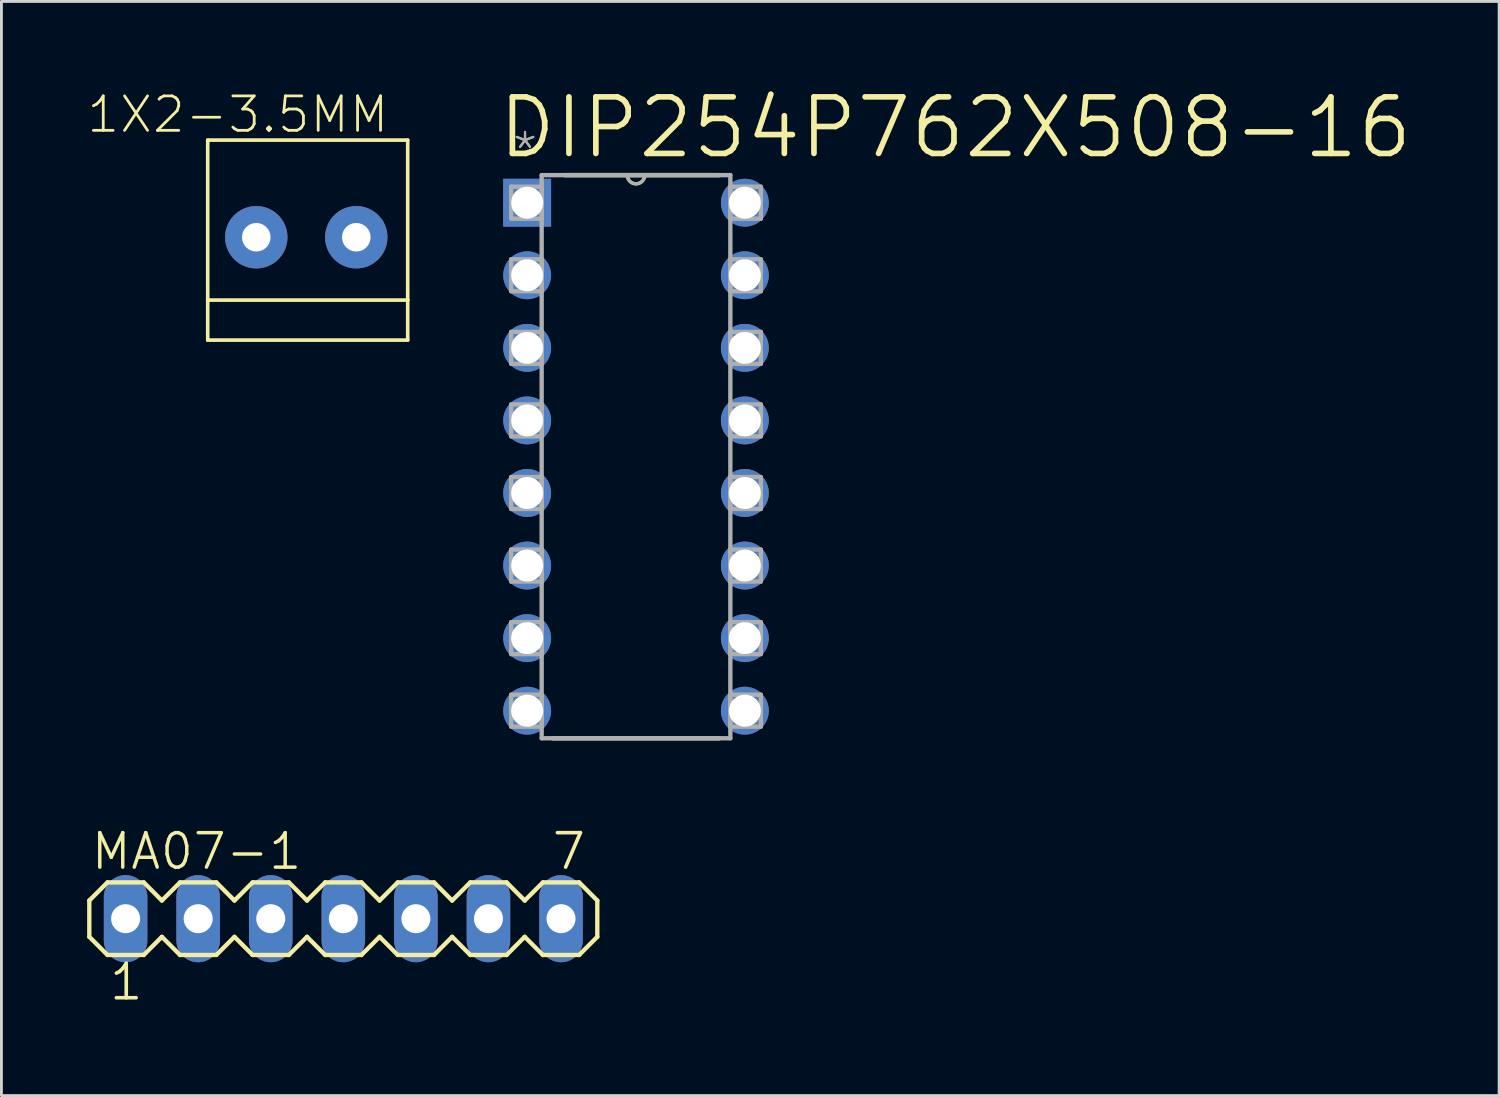
<source format=kicad_pcb>
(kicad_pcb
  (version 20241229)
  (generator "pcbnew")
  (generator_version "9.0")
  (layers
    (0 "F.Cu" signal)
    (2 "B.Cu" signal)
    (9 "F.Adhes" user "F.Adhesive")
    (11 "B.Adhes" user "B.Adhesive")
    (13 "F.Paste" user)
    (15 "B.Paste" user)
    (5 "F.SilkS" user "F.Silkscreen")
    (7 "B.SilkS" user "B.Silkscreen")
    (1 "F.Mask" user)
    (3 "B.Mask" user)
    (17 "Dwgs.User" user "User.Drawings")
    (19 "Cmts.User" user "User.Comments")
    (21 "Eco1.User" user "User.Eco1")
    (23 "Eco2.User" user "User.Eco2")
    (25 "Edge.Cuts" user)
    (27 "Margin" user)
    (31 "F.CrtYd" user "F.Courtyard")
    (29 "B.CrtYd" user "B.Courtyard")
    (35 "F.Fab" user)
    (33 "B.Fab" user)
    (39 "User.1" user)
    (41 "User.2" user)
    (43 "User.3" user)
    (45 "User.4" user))
  (footprint "MA07-1"
    (layer "F.Cu")
    (at 8.966 29.105)
    (property "Reference" "MA07-1" (at -8.89 -1.651 0) (layer "F.SilkS") (effects (font (size 1.206 1.206) (thickness 0.121)) (justify left bottom)))
    (attr through_hole)
    (fp_line (start -8.89 -0.635) (end -8.89 0.635) (stroke (width 0.152) (type solid)) (layer "F.SilkS"))
    (fp_line (start -8.89 0.635) (end -8.255 1.27) (stroke (width 0.152) (type solid)) (layer "F.SilkS"))
    (fp_line (start -8.255 -1.27) (end -8.89 -0.635) (stroke (width 0.152) (type solid)) (layer "F.SilkS"))
    (fp_line (start -8.255 -1.27) (end -6.985 -1.27) (stroke (width 0.152) (type solid)) (layer "F.SilkS"))
    (fp_line (start -6.985 -1.27) (end -6.35 -0.635) (stroke (width 0.152) (type solid)) (layer "F.SilkS"))
    (fp_line (start -6.985 1.27) (end -8.255 1.27) (stroke (width 0.152) (type solid)) (layer "F.SilkS"))
    (fp_line (start -6.35 -0.635) (end -5.715 -1.27) (stroke (width 0.152) (type solid)) (layer "F.SilkS"))
    (fp_line (start -6.35 0.635) (end -6.985 1.27) (stroke (width 0.152) (type solid)) (layer "F.SilkS"))
    (fp_line (start -5.715 -1.27) (end -4.445 -1.27) (stroke (width 0.152) (type solid)) (layer "F.SilkS"))
    (fp_line (start -5.715 1.27) (end -6.35 0.635) (stroke (width 0.152) (type solid)) (layer "F.SilkS"))
    (fp_line (start -4.445 -1.27) (end -3.81 -0.635) (stroke (width 0.152) (type solid)) (layer "F.SilkS"))
    (fp_line (start -4.445 1.27) (end -5.715 1.27) (stroke (width 0.152) (type solid)) (layer "F.SilkS"))
    (fp_line (start -3.81 -0.635) (end -3.175 -1.27) (stroke (width 0.152) (type solid)) (layer "F.SilkS"))
    (fp_line (start -3.81 0.635) (end -4.445 1.27) (stroke (width 0.152) (type solid)) (layer "F.SilkS"))
    (fp_line (start -3.175 -1.27) (end -1.905 -1.27) (stroke (width 0.152) (type solid)) (layer "F.SilkS"))
    (fp_line (start -3.175 1.27) (end -3.81 0.635) (stroke (width 0.152) (type solid)) (layer "F.SilkS"))
    (fp_line (start -1.905 -1.27) (end -1.27 -0.635) (stroke (width 0.152) (type solid)) (layer "F.SilkS"))
    (fp_line (start -1.905 1.27) (end -3.175 1.27) (stroke (width 0.152) (type solid)) (layer "F.SilkS"))
    (fp_line (start -1.27 0.635) (end -1.905 1.27) (stroke (width 0.152) (type solid)) (layer "F.SilkS"))
    (fp_line (start -1.27 0.635) (end -0.635 1.27) (stroke (width 0.152) (type solid)) (layer "F.SilkS"))
    (fp_line (start -0.635 -1.27) (end -1.27 -0.635) (stroke (width 0.152) (type solid)) (layer "F.SilkS"))
    (fp_line (start -0.635 -1.27) (end 0.635 -1.27) (stroke (width 0.152) (type solid)) (layer "F.SilkS"))
    (fp_line (start 0.635 -1.27) (end 1.27 -0.635) (stroke (width 0.152) (type solid)) (layer "F.SilkS"))
    (fp_line (start 0.635 1.27) (end -0.635 1.27) (stroke (width 0.152) (type solid)) (layer "F.SilkS"))
    (fp_line (start 1.27 -0.635) (end 1.905 -1.27) (stroke (width 0.152) (type solid)) (layer "F.SilkS"))
    (fp_line (start 1.27 0.635) (end 0.635 1.27) (stroke (width 0.152) (type solid)) (layer "F.SilkS"))
    (fp_line (start 1.905 -1.27) (end 3.175 -1.27) (stroke (width 0.152) (type solid)) (layer "F.SilkS"))
    (fp_line (start 1.905 1.27) (end 1.27 0.635) (stroke (width 0.152) (type solid)) (layer "F.SilkS"))
    (fp_line (start 3.175 -1.27) (end 3.81 -0.635) (stroke (width 0.152) (type solid)) (layer "F.SilkS"))
    (fp_line (start 3.175 1.27) (end 1.905 1.27) (stroke (width 0.152) (type solid)) (layer "F.SilkS"))
    (fp_line (start 3.81 -0.635) (end 4.445 -1.27) (stroke (width 0.152) (type solid)) (layer "F.SilkS"))
    (fp_line (start 3.81 0.635) (end 3.175 1.27) (stroke (width 0.152) (type solid)) (layer "F.SilkS"))
    (fp_line (start 4.445 -1.27) (end 5.715 -1.27) (stroke (width 0.152) (type solid)) (layer "F.SilkS"))
    (fp_line (start 4.445 1.27) (end 3.81 0.635) (stroke (width 0.152) (type solid)) (layer "F.SilkS"))
    (fp_line (start 5.715 -1.27) (end 6.35 -0.635) (stroke (width 0.152) (type solid)) (layer "F.SilkS"))
    (fp_line (start 5.715 1.27) (end 4.445 1.27) (stroke (width 0.152) (type solid)) (layer "F.SilkS"))
    (fp_line (start 6.35 0.635) (end 5.715 1.27) (stroke (width 0.152) (type solid)) (layer "F.SilkS"))
    (fp_line (start 6.35 0.635) (end 6.985 1.27) (stroke (width 0.152) (type solid)) (layer "F.SilkS"))
    (fp_line (start 6.985 -1.27) (end 6.35 -0.635) (stroke (width 0.152) (type solid)) (layer "F.SilkS"))
    (fp_line (start 6.985 -1.27) (end 8.255 -1.27) (stroke (width 0.152) (type solid)) (layer "F.SilkS"))
    (fp_line (start 8.255 -1.27) (end 8.89 -0.635) (stroke (width 0.152) (type solid)) (layer "F.SilkS"))
    (fp_line (start 8.255 1.27) (end 6.985 1.27) (stroke (width 0.152) (type solid)) (layer "F.SilkS"))
    (fp_line (start 8.89 -0.635) (end 8.89 0.635) (stroke (width 0.152) (type solid)) (layer "F.SilkS"))
    (fp_line (start 8.89 0.635) (end 8.255 1.27) (stroke (width 0.152) (type solid)) (layer "F.SilkS"))
    (fp_poly (pts (xy -7.874 0.254) (xy -7.366 0.254) (xy -7.366 -0.254) (xy -7.874 -0.254)) (stroke (width 0.1) (type solid)) (fill no) (layer "F.Fab"))
    (fp_poly (pts (xy -5.334 0.254) (xy -4.826 0.254) (xy -4.826 -0.254) (xy -5.334 -0.254)) (stroke (width 0.1) (type solid)) (fill no) (layer "F.Fab"))
    (fp_poly (pts (xy -2.794 0.254) (xy -2.286 0.254) (xy -2.286 -0.254) (xy -2.794 -0.254)) (stroke (width 0.1) (type solid)) (fill no) (layer "F.Fab"))
    (fp_poly (pts (xy -0.254 0.254) (xy 0.254 0.254) (xy 0.254 -0.254) (xy -0.254 -0.254)) (stroke (width 0.1) (type solid)) (fill no) (layer "F.Fab"))
    (fp_poly (pts (xy 2.286 0.254) (xy 2.794 0.254) (xy 2.794 -0.254) (xy 2.286 -0.254)) (stroke (width 0.1) (type solid)) (fill no) (layer "F.Fab"))
    (fp_poly (pts (xy 4.826 0.254) (xy 5.334 0.254) (xy 5.334 -0.254) (xy 4.826 -0.254)) (stroke (width 0.1) (type solid)) (fill no) (layer "F.Fab"))
    (fp_poly (pts (xy 7.366 0.254) (xy 7.874 0.254) (xy 7.874 -0.254) (xy 7.366 -0.254)) (stroke (width 0.1) (type solid)) (fill no) (layer "F.Fab"))
    (fp_text user "7" (at 7.239 -1.651 0) (layer "F.SilkS") (effects (font (size 1.206 1.206) (thickness 0.127)) (justify left bottom)))
    (fp_text user "1" (at -8.255 2.921 0) (layer "F.SilkS") (effects (font (size 1.206 1.206) (thickness 0.127)) (justify left bottom)))
    (pad "1" thru_hole oval (at -7.62 0 90) (size 3.048 1.524) (drill 1.016) (layers "*.Cu" "*.Mask"))
    (pad "2" thru_hole oval (at -5.08 0 90) (size 3.048 1.524) (drill 1.016) (layers "*.Cu" "*.Mask"))
    (pad "3" thru_hole oval (at -2.54 0 90) (size 3.048 1.524) (drill 1.016) (layers "*.Cu" "*.Mask"))
    (pad "4" thru_hole oval (at 0 0 90) (size 3.048 1.524) (drill 1.016) (layers "*.Cu" "*.Mask"))
    (pad "5" thru_hole oval (at 2.54 0 90) (size 3.048 1.524) (drill 1.016) (layers "*.Cu" "*.Mask"))
    (pad "6" thru_hole oval (at 5.08 0 90) (size 3.048 1.524) (drill 1.016) (layers "*.Cu" "*.Mask"))
    (pad "7" thru_hole oval (at 7.62 0 90) (size 3.048 1.524) (drill 1.016) (layers "*.Cu" "*.Mask")))
  (footprint "DIP254P762X508-16"
    (layer "F.Cu")
    (at 23.021 21.825)
    (property "Reference" "DIP254P762X508-16" (at -8.738 -19.253 0) (layer "F.SilkS") (effects (font (size 1.979 1.979) (thickness 0.198)) (justify left bottom)))
    (attr through_hole)
    (fp_line (start -6.731 0.965) (end -0.889 0.965) (stroke (width 0.152) (type solid)) (layer "F.SilkS"))
    (fp_line (start -4.115 -18.745) (end -6.299 -18.745) (stroke (width 0.152) (type solid)) (layer "F.SilkS"))
    (fp_line (start -3.505 -18.745) (end -4.115 -18.745) (stroke (width 0.152) (type solid)) (layer "F.SilkS"))
    (fp_line (start -0.889 -18.745) (end -3.505 -18.745) (stroke (width 0.152) (type solid)) (layer "F.SilkS"))
    (fp_arc (start -3.5052 -18.7452) (mid -3.81 -18.4404) (end -4.1148 -18.7452) (stroke (width 0.12) (type solid)) (layer "F.SilkS"))
    (fp_line (start -8.179 -18.339) (end -8.179 -17.221) (stroke (width 0.152) (type solid)) (layer "F.Fab"))
    (fp_line (start -8.179 -17.221) (end -7.112 -17.221) (stroke (width 0.152) (type solid)) (layer "F.Fab"))
    (fp_line (start -8.179 -15.799) (end -8.179 -14.681) (stroke (width 0.152) (type solid)) (layer "F.Fab"))
    (fp_line (start -8.179 -14.681) (end -7.112 -14.681) (stroke (width 0.152) (type solid)) (layer "F.Fab"))
    (fp_line (start -8.179 -13.259) (end -8.179 -12.141) (stroke (width 0.152) (type solid)) (layer "F.Fab"))
    (fp_line (start -8.179 -12.141) (end -7.112 -12.141) (stroke (width 0.152) (type solid)) (layer "F.Fab"))
    (fp_line (start -8.179 -10.719) (end -8.179 -9.601) (stroke (width 0.152) (type solid)) (layer "F.Fab"))
    (fp_line (start -8.179 -9.601) (end -7.112 -9.601) (stroke (width 0.152) (type solid)) (layer "F.Fab"))
    (fp_line (start -8.179 -8.179) (end -8.179 -7.061) (stroke (width 0.152) (type solid)) (layer "F.Fab"))
    (fp_line (start -8.179 -7.061) (end -7.112 -7.061) (stroke (width 0.152) (type solid)) (layer "F.Fab"))
    (fp_line (start -8.179 -5.639) (end -8.179 -4.521) (stroke (width 0.152) (type solid)) (layer "F.Fab"))
    (fp_line (start -8.179 -4.521) (end -7.112 -4.521) (stroke (width 0.152) (type solid)) (layer "F.Fab"))
    (fp_line (start -8.179 -3.099) (end -8.179 -1.981) (stroke (width 0.152) (type solid)) (layer "F.Fab"))
    (fp_line (start -8.179 -1.981) (end -7.112 -1.981) (stroke (width 0.152) (type solid)) (layer "F.Fab"))
    (fp_line (start -8.179 -0.559) (end -8.179 0.559) (stroke (width 0.152) (type solid)) (layer "F.Fab"))
    (fp_line (start -8.179 0.559) (end -7.112 0.559) (stroke (width 0.152) (type solid)) (layer "F.Fab"))
    (fp_line (start -7.112 -18.745) (end -7.112 0.965) (stroke (width 0.152) (type solid)) (layer "F.Fab"))
    (fp_line (start -7.112 -18.339) (end -8.179 -18.339) (stroke (width 0.152) (type solid)) (layer "F.Fab"))
    (fp_line (start -7.112 -17.221) (end -7.112 -18.339) (stroke (width 0.152) (type solid)) (layer "F.Fab"))
    (fp_line (start -7.112 -15.799) (end -8.179 -15.799) (stroke (width 0.152) (type solid)) (layer "F.Fab"))
    (fp_line (start -7.112 -14.681) (end -7.112 -15.799) (stroke (width 0.152) (type solid)) (layer "F.Fab"))
    (fp_line (start -7.112 -13.259) (end -8.179 -13.259) (stroke (width 0.152) (type solid)) (layer "F.Fab"))
    (fp_line (start -7.112 -12.141) (end -7.112 -13.259) (stroke (width 0.152) (type solid)) (layer "F.Fab"))
    (fp_line (start -7.112 -10.719) (end -8.179 -10.719) (stroke (width 0.152) (type solid)) (layer "F.Fab"))
    (fp_line (start -7.112 -9.601) (end -7.112 -10.719) (stroke (width 0.152) (type solid)) (layer "F.Fab"))
    (fp_line (start -7.112 -8.179) (end -8.179 -8.179) (stroke (width 0.152) (type solid)) (layer "F.Fab"))
    (fp_line (start -7.112 -7.061) (end -7.112 -8.179) (stroke (width 0.152) (type solid)) (layer "F.Fab"))
    (fp_line (start -7.112 -5.639) (end -8.179 -5.639) (stroke (width 0.152) (type solid)) (layer "F.Fab"))
    (fp_line (start -7.112 -4.521) (end -7.112 -5.639) (stroke (width 0.152) (type solid)) (layer "F.Fab"))
    (fp_line (start -7.112 -3.099) (end -8.179 -3.099) (stroke (width 0.152) (type solid)) (layer "F.Fab"))
    (fp_line (start -7.112 -1.981) (end -7.112 -3.099) (stroke (width 0.152) (type solid)) (layer "F.Fab"))
    (fp_line (start -7.112 -0.559) (end -8.179 -0.559) (stroke (width 0.152) (type solid)) (layer "F.Fab"))
    (fp_line (start -7.112 0.559) (end -7.112 -0.559) (stroke (width 0.152) (type solid)) (layer "F.Fab"))
    (fp_line (start -7.112 0.965) (end -0.508 0.965) (stroke (width 0.152) (type solid)) (layer "F.Fab"))
    (fp_line (start -4.115 -18.745) (end -7.112 -18.745) (stroke (width 0.152) (type solid)) (layer "F.Fab"))
    (fp_line (start -3.505 -18.745) (end -4.115 -18.745) (stroke (width 0.152) (type solid)) (layer "F.Fab"))
    (fp_line (start -0.508 -18.745) (end -3.505 -18.745) (stroke (width 0.152) (type solid)) (layer "F.Fab"))
    (fp_line (start -0.508 -18.339) (end -0.508 -17.221) (stroke (width 0.152) (type solid)) (layer "F.Fab"))
    (fp_line (start -0.508 -17.221) (end 0.559 -17.221) (stroke (width 0.152) (type solid)) (layer "F.Fab"))
    (fp_line (start -0.508 -15.799) (end -0.508 -14.681) (stroke (width 0.152) (type solid)) (layer "F.Fab"))
    (fp_line (start -0.508 -14.681) (end 0.559 -14.681) (stroke (width 0.152) (type solid)) (layer "F.Fab"))
    (fp_line (start -0.508 -13.259) (end -0.508 -12.141) (stroke (width 0.152) (type solid)) (layer "F.Fab"))
    (fp_line (start -0.508 -12.141) (end 0.559 -12.141) (stroke (width 0.152) (type solid)) (layer "F.Fab"))
    (fp_line (start -0.508 -10.719) (end -0.508 -9.601) (stroke (width 0.152) (type solid)) (layer "F.Fab"))
    (fp_line (start -0.508 -9.601) (end 0.559 -9.601) (stroke (width 0.152) (type solid)) (layer "F.Fab"))
    (fp_line (start -0.508 -8.179) (end -0.508 -7.061) (stroke (width 0.152) (type solid)) (layer "F.Fab"))
    (fp_line (start -0.508 -7.061) (end 0.559 -7.061) (stroke (width 0.152) (type solid)) (layer "F.Fab"))
    (fp_line (start -0.508 -5.639) (end -0.508 -4.521) (stroke (width 0.152) (type solid)) (layer "F.Fab"))
    (fp_line (start -0.508 -4.521) (end 0.559 -4.521) (stroke (width 0.152) (type solid)) (layer "F.Fab"))
    (fp_line (start -0.508 -3.099) (end -0.508 -1.981) (stroke (width 0.152) (type solid)) (layer "F.Fab"))
    (fp_line (start -0.508 -1.981) (end 0.559 -1.981) (stroke (width 0.152) (type solid)) (layer "F.Fab"))
    (fp_line (start -0.508 -0.559) (end -0.508 0.559) (stroke (width 0.152) (type solid)) (layer "F.Fab"))
    (fp_line (start -0.508 0.559) (end 0.559 0.559) (stroke (width 0.152) (type solid)) (layer "F.Fab"))
    (fp_line (start -0.508 0.965) (end -0.508 -18.745) (stroke (width 0.152) (type solid)) (layer "F.Fab"))
    (fp_line (start 0.559 -18.339) (end -0.508 -18.339) (stroke (width 0.152) (type solid)) (layer "F.Fab"))
    (fp_line (start 0.559 -17.221) (end 0.559 -18.339) (stroke (width 0.152) (type solid)) (layer "F.Fab"))
    (fp_line (start 0.559 -15.799) (end -0.508 -15.799) (stroke (width 0.152) (type solid)) (layer "F.Fab"))
    (fp_line (start 0.559 -14.681) (end 0.559 -15.799) (stroke (width 0.152) (type solid)) (layer "F.Fab"))
    (fp_line (start 0.559 -13.259) (end -0.508 -13.259) (stroke (width 0.152) (type solid)) (layer "F.Fab"))
    (fp_line (start 0.559 -12.141) (end 0.559 -13.259) (stroke (width 0.152) (type solid)) (layer "F.Fab"))
    (fp_line (start 0.559 -10.719) (end -0.508 -10.719) (stroke (width 0.152) (type solid)) (layer "F.Fab"))
    (fp_line (start 0.559 -9.601) (end 0.559 -10.719) (stroke (width 0.152) (type solid)) (layer "F.Fab"))
    (fp_line (start 0.559 -8.179) (end -0.508 -8.179) (stroke (width 0.152) (type solid)) (layer "F.Fab"))
    (fp_line (start 0.559 -7.061) (end 0.559 -8.179) (stroke (width 0.152) (type solid)) (layer "F.Fab"))
    (fp_line (start 0.559 -5.639) (end -0.508 -5.639) (stroke (width 0.152) (type solid)) (layer "F.Fab"))
    (fp_line (start 0.559 -4.521) (end 0.559 -5.639) (stroke (width 0.152) (type solid)) (layer "F.Fab"))
    (fp_line (start 0.559 -3.099) (end -0.508 -3.099) (stroke (width 0.152) (type solid)) (layer "F.Fab"))
    (fp_line (start 0.559 -1.981) (end 0.559 -3.099) (stroke (width 0.152) (type solid)) (layer "F.Fab"))
    (fp_line (start 0.559 -0.559) (end -0.508 -0.559) (stroke (width 0.152) (type solid)) (layer "F.Fab"))
    (fp_line (start 0.559 0.559) (end 0.559 -0.559) (stroke (width 0.152) (type solid)) (layer "F.Fab"))
    (fp_arc (start -3.5052 -18.7452) (mid -3.81 -18.4404) (end -4.1148 -18.7452) (stroke (width 0.1) (type solid)) (layer "F.Fab"))
    (fp_text user "*" (at -8.204 -18.898 0) (layer "F.SilkS") (effects (font (size 1.206 1.206) (thickness 0.076)) (justify left bottom)))
    (fp_text user "*" (at -8.204 -18.898 0) (layer "F.Fab") (effects (font (size 1.206 1.206) (thickness 0.076)) (justify left bottom)))
    (pad "1" thru_hole rect (at -7.62 -17.78) (size 1.676 1.676) (drill 1.118) (layers "*.Cu" "*.Mask"))
    (pad "2" thru_hole circle (at -7.62 -15.24) (size 1.676 1.676) (drill 1.118) (layers "*.Cu" "*.Mask"))
    (pad "3" thru_hole circle (at -7.62 -12.7) (size 1.676 1.676) (drill 1.118) (layers "*.Cu" "*.Mask"))
    (pad "4" thru_hole circle (at -7.62 -10.16) (size 1.676 1.676) (drill 1.118) (layers "*.Cu" "*.Mask"))
    (pad "5" thru_hole circle (at -7.62 -7.62) (size 1.676 1.676) (drill 1.118) (layers "*.Cu" "*.Mask"))
    (pad "6" thru_hole circle (at -7.62 -5.08) (size 1.676 1.676) (drill 1.118) (layers "*.Cu" "*.Mask"))
    (pad "7" thru_hole circle (at -7.62 -2.54) (size 1.676 1.676) (drill 1.118) (layers "*.Cu" "*.Mask"))
    (pad "8" thru_hole circle (at -7.62 0) (size 1.676 1.676) (drill 1.118) (layers "*.Cu" "*.Mask"))
    (pad "9" thru_hole circle (at 0 0) (size 1.676 1.676) (drill 1.118) (layers "*.Cu" "*.Mask"))
    (pad "10" thru_hole circle (at 0 -2.54) (size 1.676 1.676) (drill 1.118) (layers "*.Cu" "*.Mask"))
    (pad "11" thru_hole circle (at 0 -5.08) (size 1.676 1.676) (drill 1.118) (layers "*.Cu" "*.Mask"))
    (pad "12" thru_hole circle (at 0 -7.62) (size 1.676 1.676) (drill 1.118) (layers "*.Cu" "*.Mask"))
    (pad "13" thru_hole circle (at 0 -10.16) (size 1.676 1.676) (drill 1.118) (layers "*.Cu" "*.Mask"))
    (pad "14" thru_hole circle (at 0 -12.7) (size 1.676 1.676) (drill 1.118) (layers "*.Cu" "*.Mask"))
    (pad "15" thru_hole circle (at 0 -15.24) (size 1.676 1.676) (drill 1.118) (layers "*.Cu" "*.Mask"))
    (pad "16" thru_hole circle (at 0 -17.78) (size 1.676 1.676) (drill 1.118) (layers "*.Cu" "*.Mask")))
  (footprint "1X2-3.5MM"
    (layer "F.Cu")
    (at 7.62 5.254)
    (property "Reference" "1X2-3.5MM" (at 3 -5 0) (layer "F.SilkS") (effects (font (size 1.206 1.206) (thickness 0.097)) (justify right top)))
    (attr through_hole)
    (fp_line (start -3.4 -3.4) (end -3.4 2.2) (stroke (width 0.127) (type solid)) (layer "F.SilkS"))
    (fp_line (start -3.4 2.2) (end -3.4 3.6) (stroke (width 0.127) (type solid)) (layer "F.SilkS"))
    (fp_line (start -3.4 2.2) (end 3.6 2.2) (stroke (width 0.127) (type solid)) (layer "F.SilkS"))
    (fp_line (start -3.4 3.6) (end 3.6 3.6) (stroke (width 0.127) (type solid)) (layer "F.SilkS"))
    (fp_line (start 3.6 -3.4) (end -3.4 -3.4) (stroke (width 0.127) (type solid)) (layer "F.SilkS"))
    (fp_line (start 3.6 2.2) (end 3.6 -3.4) (stroke (width 0.127) (type solid)) (layer "F.SilkS"))
    (fp_line (start 3.6 3.6) (end 3.6 2.2) (stroke (width 0.127) (type solid)) (layer "F.SilkS"))
    (pad "1" thru_hole circle (at 1.8 0) (size 2.184 2.184) (drill 1) (layers "*.Cu" "*.Mask"))
    (pad "2" thru_hole circle (at -1.7 0) (size 2.184 2.184) (drill 1) (layers "*.Cu" "*.Mask")))
  (gr_rect
    (start -3 -3)
    (end 49.422 35.296)
    (stroke (width 0.1) (type default))
    (fill no)
    (layer "Edge.Cuts")))
</source>
